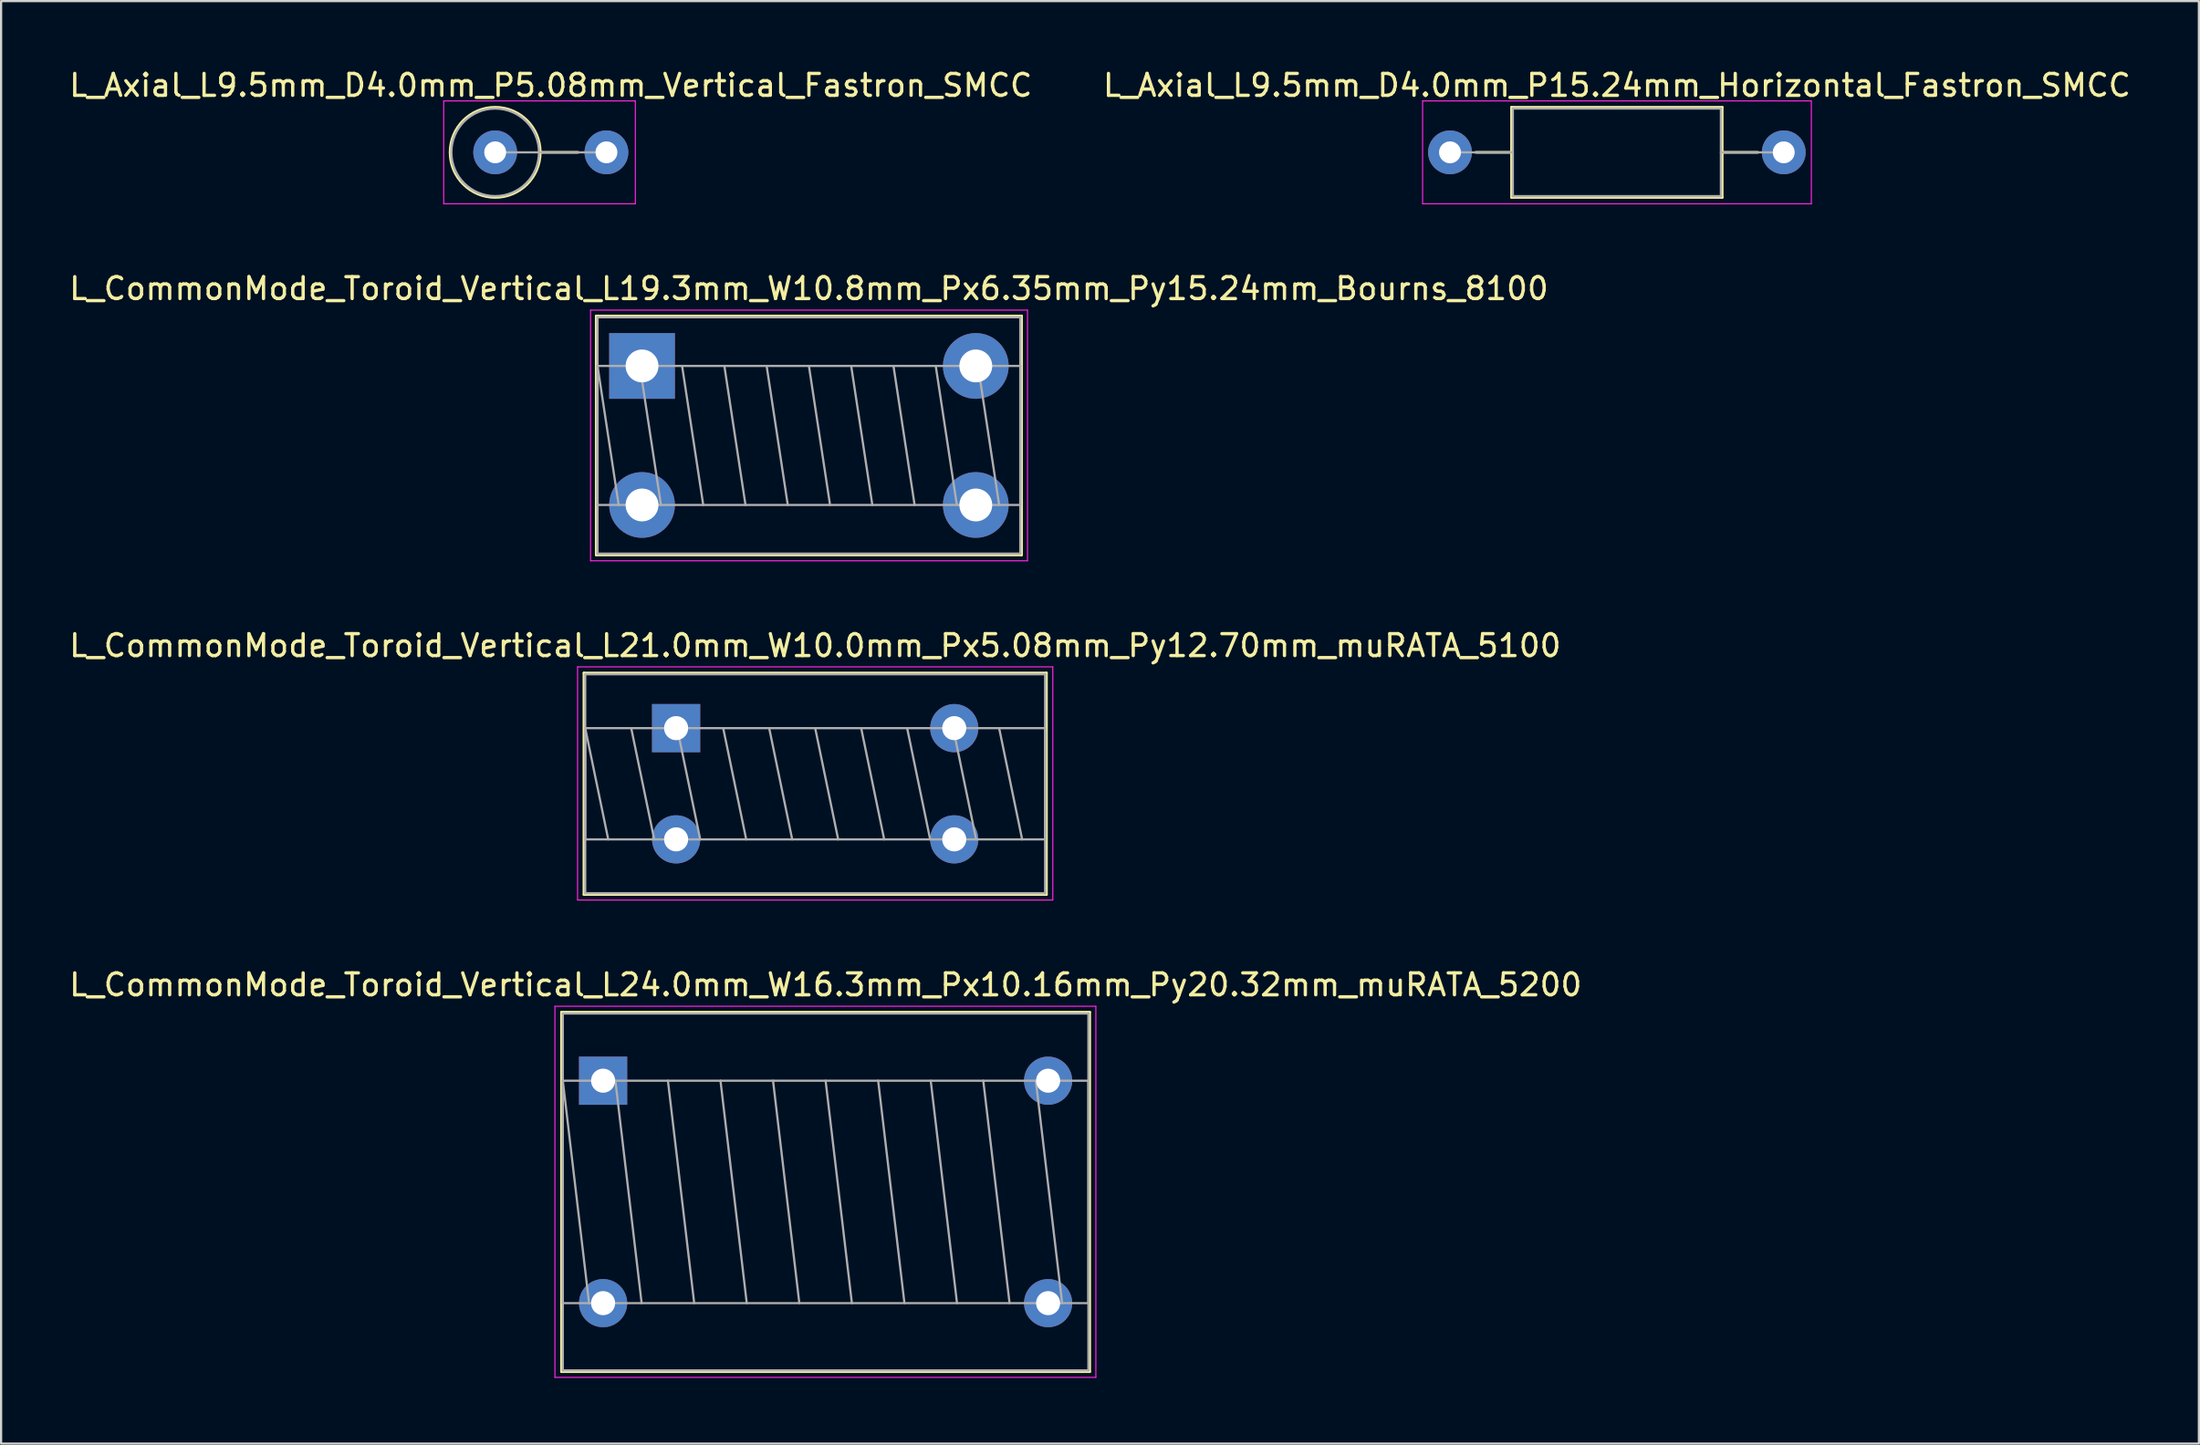
<source format=kicad_pcb>
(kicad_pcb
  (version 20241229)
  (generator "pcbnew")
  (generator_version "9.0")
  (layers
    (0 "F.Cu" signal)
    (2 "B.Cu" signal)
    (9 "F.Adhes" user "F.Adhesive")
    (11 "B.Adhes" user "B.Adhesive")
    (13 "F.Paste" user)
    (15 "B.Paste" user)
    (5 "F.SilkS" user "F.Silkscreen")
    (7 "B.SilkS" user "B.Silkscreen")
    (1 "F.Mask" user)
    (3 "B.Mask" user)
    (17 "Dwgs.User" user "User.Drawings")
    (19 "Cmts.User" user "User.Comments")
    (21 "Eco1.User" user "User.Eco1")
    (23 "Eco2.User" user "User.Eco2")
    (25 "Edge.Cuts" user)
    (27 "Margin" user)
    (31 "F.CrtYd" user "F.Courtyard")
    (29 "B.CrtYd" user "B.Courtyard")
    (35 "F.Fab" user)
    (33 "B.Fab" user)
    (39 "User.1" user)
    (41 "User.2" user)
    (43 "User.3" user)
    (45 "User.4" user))
  (footprint "L_Axial_L9.5mm_D4.0mm_P15.24mm_Horizontal_Fastron_SMCC"
    (layer "F.Cu")
    (at 63.16 3.908)
    (property "Reference" "L_Axial_L9.5mm_D4.0mm_P15.24mm_Horizontal_Fastron_SMCC" (at 7.62 -3.06 0) (layer "F.SilkS") (effects (font (size 1 1) (thickness 0.15))))
    (attr through_hole)
    (fp_line (start 1.18 0) (end 2.81 0) (stroke (width 0.12) (type solid)) (layer "F.SilkS"))
    (fp_line (start 2.81 -2.06) (end 2.81 2.06) (stroke (width 0.12) (type solid)) (layer "F.SilkS"))
    (fp_line (start 2.81 2.06) (end 12.43 2.06) (stroke (width 0.12) (type solid)) (layer "F.SilkS"))
    (fp_line (start 12.43 -2.06) (end 2.81 -2.06) (stroke (width 0.12) (type solid)) (layer "F.SilkS"))
    (fp_line (start 12.43 2.06) (end 12.43 -2.06) (stroke (width 0.12) (type solid)) (layer "F.SilkS"))
    (fp_line (start 14.06 0) (end 12.43 0) (stroke (width 0.12) (type solid)) (layer "F.SilkS"))
    (fp_line (start -1.25 -2.35) (end -1.25 2.35) (stroke (width 0.05) (type solid)) (layer "F.CrtYd"))
    (fp_line (start -1.25 2.35) (end 16.5 2.35) (stroke (width 0.05) (type solid)) (layer "F.CrtYd"))
    (fp_line (start 16.5 -2.35) (end -1.25 -2.35) (stroke (width 0.05) (type solid)) (layer "F.CrtYd"))
    (fp_line (start 16.5 2.35) (end 16.5 -2.35) (stroke (width 0.05) (type solid)) (layer "F.CrtYd"))
    (fp_line (start 0 0) (end 2.87 0) (stroke (width 0.1) (type solid)) (layer "F.Fab"))
    (fp_line (start 2.87 -2) (end 2.87 2) (stroke (width 0.1) (type solid)) (layer "F.Fab"))
    (fp_line (start 2.87 2) (end 12.37 2) (stroke (width 0.1) (type solid)) (layer "F.Fab"))
    (fp_line (start 12.37 -2) (end 2.87 -2) (stroke (width 0.1) (type solid)) (layer "F.Fab"))
    (fp_line (start 12.37 2) (end 12.37 -2) (stroke (width 0.1) (type solid)) (layer "F.Fab"))
    (fp_line (start 15.24 0) (end 12.37 0) (stroke (width 0.1) (type solid)) (layer "F.Fab"))
    (pad "1" thru_hole circle (at 0 0) (size 2 2) (drill 1) (layers "*.Cu" "*.Mask"))
    (pad "2" thru_hole oval (at 15.24 0) (size 2 2) (drill 1) (layers "*.Cu" "*.Mask")))
  (footprint "L_CommonMode_Toroid_Vertical_L21.0mm_W10.0mm_Px5.08mm_Py12.70mm_muRATA_5100"
    (layer "F.Cu")
    (at 27.823 30.207)
    (property "Reference" "L_CommonMode_Toroid_Vertical_L21.0mm_W10.0mm_Px5.08mm_Py12.70mm_muRATA_5100" (at 6.35 -3.77 0) (layer "F.SilkS") (effects (font (size 1 1) (thickness 0.15))))
    (attr through_hole)
    (fp_line (start -4.21 -2.52) (end -4.21 7.6) (stroke (width 0.12) (type solid)) (layer "F.SilkS"))
    (fp_line (start -4.21 -2.52) (end 16.91 -2.52) (stroke (width 0.12) (type solid)) (layer "F.SilkS"))
    (fp_line (start -4.21 7.6) (end 16.91 7.6) (stroke (width 0.12) (type solid)) (layer "F.SilkS"))
    (fp_line (start 16.91 -2.52) (end 16.91 7.6) (stroke (width 0.12) (type solid)) (layer "F.SilkS"))
    (fp_line (start -4.5 -2.8) (end -4.5 7.85) (stroke (width 0.05) (type solid)) (layer "F.CrtYd"))
    (fp_line (start -4.5 7.85) (end 17.2 7.85) (stroke (width 0.05) (type solid)) (layer "F.CrtYd"))
    (fp_line (start 17.2 -2.8) (end -4.5 -2.8) (stroke (width 0.05) (type solid)) (layer "F.CrtYd"))
    (fp_line (start 17.2 7.85) (end 17.2 -2.8) (stroke (width 0.05) (type solid)) (layer "F.CrtYd"))
    (fp_line (start -4.15 -2.46) (end -4.15 7.54) (stroke (width 0.1) (type solid)) (layer "F.Fab"))
    (fp_line (start -4.15 0) (end -4.15 5.08) (stroke (width 0.1) (type solid)) (layer "F.Fab"))
    (fp_line (start -4.15 0) (end -3.1 5.08) (stroke (width 0.1) (type solid)) (layer "F.Fab"))
    (fp_line (start -4.15 5.08) (end 16.85 5.08) (stroke (width 0.1) (type solid)) (layer "F.Fab"))
    (fp_line (start -4.15 7.54) (end 16.85 7.54) (stroke (width 0.1) (type solid)) (layer "F.Fab"))
    (fp_line (start -2.05 0) (end -1 5.08) (stroke (width 0.1) (type solid)) (layer "F.Fab"))
    (fp_line (start 0.05 0) (end 1.1 5.08) (stroke (width 0.1) (type solid)) (layer "F.Fab"))
    (fp_line (start 2.15 0) (end 3.2 5.08) (stroke (width 0.1) (type solid)) (layer "F.Fab"))
    (fp_line (start 4.25 0) (end 5.3 5.08) (stroke (width 0.1) (type solid)) (layer "F.Fab"))
    (fp_line (start 6.35 0) (end 7.4 5.08) (stroke (width 0.1) (type solid)) (layer "F.Fab"))
    (fp_line (start 8.45 0) (end 9.5 5.08) (stroke (width 0.1) (type solid)) (layer "F.Fab"))
    (fp_line (start 10.55 0) (end 11.6 5.08) (stroke (width 0.1) (type solid)) (layer "F.Fab"))
    (fp_line (start 12.65 0) (end 13.7 5.08) (stroke (width 0.1) (type solid)) (layer "F.Fab"))
    (fp_line (start 14.75 0) (end 15.8 5.08) (stroke (width 0.1) (type solid)) (layer "F.Fab"))
    (fp_line (start 16.85 -2.46) (end -4.15 -2.46) (stroke (width 0.1) (type solid)) (layer "F.Fab"))
    (fp_line (start 16.85 0) (end -4.15 0) (stroke (width 0.1) (type solid)) (layer "F.Fab"))
    (fp_line (start 16.85 5.08) (end 16.85 0) (stroke (width 0.1) (type solid)) (layer "F.Fab"))
    (fp_line (start 16.85 7.54) (end 16.85 -2.46) (stroke (width 0.1) (type solid)) (layer "F.Fab"))
    (pad "1" thru_hole rect (at 0 0) (size 2.2 2.2) (drill 1.1) (layers "*.Cu" "*.Mask"))
    (pad "2" thru_hole circle (at 0 5.08) (size 2.2 2.2) (drill 1.1) (layers "*.Cu" "*.Mask"))
    (pad "3" thru_hole circle (at 12.7 5.08) (size 2.2 2.2) (drill 1.1) (layers "*.Cu" "*.Mask"))
    (pad "4" thru_hole circle (at 12.7 0) (size 2.2 2.2) (drill 1.1) (layers "*.Cu" "*.Mask")))
  (footprint "L_Axial_L9.5mm_D4.0mm_P5.08mm_Vertical_Fastron_SMCC"
    (layer "F.Cu")
    (at 19.561 3.908)
    (property "Reference" "L_Axial_L9.5mm_D4.0mm_P5.08mm_Vertical_Fastron_SMCC" (at 2.54 -3.06 0) (layer "F.SilkS") (effects (font (size 1 1) (thickness 0.15))))
    (attr through_hole)
    (fp_line (start 2.06 0) (end 3.78 0) (stroke (width 0.12) (type solid)) (layer "F.SilkS"))
    (fp_circle (center 0 0) (end 2.06 0) (stroke (width 0.12) (type solid)) (fill no) (layer "F.SilkS"))
    (fp_line (start -2.35 -2.35) (end -2.35 2.35) (stroke (width 0.05) (type solid)) (layer "F.CrtYd"))
    (fp_line (start -2.35 2.35) (end 6.4 2.35) (stroke (width 0.05) (type solid)) (layer "F.CrtYd"))
    (fp_line (start 6.4 -2.35) (end -2.35 -2.35) (stroke (width 0.05) (type solid)) (layer "F.CrtYd"))
    (fp_line (start 6.4 2.35) (end 6.4 -2.35) (stroke (width 0.05) (type solid)) (layer "F.CrtYd"))
    (fp_line (start 0 0) (end 5.08 0) (stroke (width 0.1) (type solid)) (layer "F.Fab"))
    (fp_circle (center 0 0) (end 2 0) (stroke (width 0.1) (type solid)) (fill no) (layer "F.Fab"))
    (pad "1" thru_hole circle (at 0 0) (size 2 2) (drill 1) (layers "*.Cu" "*.Mask"))
    (pad "2" thru_hole oval (at 5.08 0) (size 2 2) (drill 1) (layers "*.Cu" "*.Mask")))
  (footprint "L_CommonMode_Toroid_Vertical_L19.3mm_W10.8mm_Px6.35mm_Py15.24mm_Bourns_8100"
    (layer "F.Cu")
    (at 26.267 13.664)
    (property "Reference" "L_CommonMode_Toroid_Vertical_L19.3mm_W10.8mm_Px6.35mm_Py15.24mm_Bourns_8100" (at 7.62 -3.533 0) (layer "F.SilkS") (effects (font (size 1 1) (thickness 0.15))))
    (attr through_hole)
    (fp_line (start -2.092 -2.283) (end -2.092 8.633) (stroke (width 0.12) (type solid)) (layer "F.SilkS"))
    (fp_line (start -2.092 -2.283) (end 17.332 -2.283) (stroke (width 0.12) (type solid)) (layer "F.SilkS"))
    (fp_line (start -2.092 8.633) (end 17.332 8.633) (stroke (width 0.12) (type solid)) (layer "F.SilkS"))
    (fp_line (start 17.332 -2.283) (end 17.332 8.633) (stroke (width 0.12) (type solid)) (layer "F.SilkS"))
    (fp_line (start -2.35 -2.55) (end -2.35 8.9) (stroke (width 0.05) (type solid)) (layer "F.CrtYd"))
    (fp_line (start -2.35 8.9) (end 17.6 8.9) (stroke (width 0.05) (type solid)) (layer "F.CrtYd"))
    (fp_line (start 17.6 -2.55) (end -2.35 -2.55) (stroke (width 0.05) (type solid)) (layer "F.CrtYd"))
    (fp_line (start 17.6 8.9) (end 17.6 -2.55) (stroke (width 0.05) (type solid)) (layer "F.CrtYd"))
    (fp_line (start -2.032 -2.223) (end -2.032 8.572) (stroke (width 0.1) (type solid)) (layer "F.Fab"))
    (fp_line (start -2.032 0) (end -2.032 6.35) (stroke (width 0.1) (type solid)) (layer "F.Fab"))
    (fp_line (start -2.032 0) (end -1.067 6.35) (stroke (width 0.1) (type solid)) (layer "F.Fab"))
    (fp_line (start -2.032 6.35) (end 17.272 6.35) (stroke (width 0.1) (type solid)) (layer "F.Fab"))
    (fp_line (start -2.032 8.572) (end 17.272 8.572) (stroke (width 0.1) (type solid)) (layer "F.Fab"))
    (fp_line (start -0.102 0) (end 0.864 6.35) (stroke (width 0.1) (type solid)) (layer "F.Fab"))
    (fp_line (start 1.829 0) (end 2.794 6.35) (stroke (width 0.1) (type solid)) (layer "F.Fab"))
    (fp_line (start 3.759 0) (end 4.724 6.35) (stroke (width 0.1) (type solid)) (layer "F.Fab"))
    (fp_line (start 5.69 0) (end 6.655 6.35) (stroke (width 0.1) (type solid)) (layer "F.Fab"))
    (fp_line (start 7.62 0) (end 8.585 6.35) (stroke (width 0.1) (type solid)) (layer "F.Fab"))
    (fp_line (start 9.55 0) (end 10.516 6.35) (stroke (width 0.1) (type solid)) (layer "F.Fab"))
    (fp_line (start 11.481 0) (end 12.446 6.35) (stroke (width 0.1) (type solid)) (layer "F.Fab"))
    (fp_line (start 13.411 0) (end 14.376 6.35) (stroke (width 0.1) (type solid)) (layer "F.Fab"))
    (fp_line (start 15.342 0) (end 16.307 6.35) (stroke (width 0.1) (type solid)) (layer "F.Fab"))
    (fp_line (start 17.272 -2.223) (end -2.032 -2.223) (stroke (width 0.1) (type solid)) (layer "F.Fab"))
    (fp_line (start 17.272 0) (end -2.032 0) (stroke (width 0.1) (type solid)) (layer "F.Fab"))
    (fp_line (start 17.272 6.35) (end 17.272 0) (stroke (width 0.1) (type solid)) (layer "F.Fab"))
    (fp_line (start 17.272 8.572) (end 17.272 -2.223) (stroke (width 0.1) (type solid)) (layer "F.Fab"))
    (pad "1" thru_hole rect (at 0 0) (size 3 3) (drill 1.5) (layers "*.Cu" "*.Mask"))
    (pad "2" thru_hole circle (at 0 6.35) (size 3 3) (drill 1.5) (layers "*.Cu" "*.Mask"))
    (pad "3" thru_hole circle (at 15.24 6.35) (size 3 3) (drill 1.5) (layers "*.Cu" "*.Mask"))
    (pad "4" thru_hole circle (at 15.24 0) (size 3 3) (drill 1.5) (layers "*.Cu" "*.Mask")))
  (footprint "L_CommonMode_Toroid_Vertical_L24.0mm_W16.3mm_Px10.16mm_Py20.32mm_muRATA_5200"
    (layer "F.Cu")
    (at 24.489 46.31)
    (property "Reference" "L_CommonMode_Toroid_Vertical_L24.0mm_W16.3mm_Px10.16mm_Py20.32mm_muRATA_5200" (at 10.16 -4.38 0) (layer "F.SilkS") (effects (font (size 1 1) (thickness 0.15))))
    (attr through_hole)
    (fp_line (start -1.9 -3.13) (end -1.9 13.29) (stroke (width 0.12) (type solid)) (layer "F.SilkS"))
    (fp_line (start -1.9 -3.13) (end 22.22 -3.13) (stroke (width 0.12) (type solid)) (layer "F.SilkS"))
    (fp_line (start -1.9 13.29) (end 22.22 13.29) (stroke (width 0.12) (type solid)) (layer "F.SilkS"))
    (fp_line (start 22.22 -3.13) (end 22.22 13.29) (stroke (width 0.12) (type solid)) (layer "F.SilkS"))
    (fp_line (start -2.2 -3.4) (end -2.2 13.55) (stroke (width 0.05) (type solid)) (layer "F.CrtYd"))
    (fp_line (start -2.2 13.55) (end 22.5 13.55) (stroke (width 0.05) (type solid)) (layer "F.CrtYd"))
    (fp_line (start 22.5 -3.4) (end -2.2 -3.4) (stroke (width 0.05) (type solid)) (layer "F.CrtYd"))
    (fp_line (start 22.5 13.55) (end 22.5 -3.4) (stroke (width 0.05) (type solid)) (layer "F.CrtYd"))
    (fp_line (start -1.84 -3.07) (end -1.84 13.23) (stroke (width 0.1) (type solid)) (layer "F.Fab"))
    (fp_line (start -1.84 0) (end -1.84 10.16) (stroke (width 0.1) (type solid)) (layer "F.Fab"))
    (fp_line (start -1.84 0) (end -0.64 10.16) (stroke (width 0.1) (type solid)) (layer "F.Fab"))
    (fp_line (start -1.84 10.16) (end 22.16 10.16) (stroke (width 0.1) (type solid)) (layer "F.Fab"))
    (fp_line (start -1.84 13.23) (end 22.16 13.23) (stroke (width 0.1) (type solid)) (layer "F.Fab"))
    (fp_line (start 0.56 0) (end 1.76 10.16) (stroke (width 0.1) (type solid)) (layer "F.Fab"))
    (fp_line (start 2.96 0) (end 4.16 10.16) (stroke (width 0.1) (type solid)) (layer "F.Fab"))
    (fp_line (start 5.36 0) (end 6.56 10.16) (stroke (width 0.1) (type solid)) (layer "F.Fab"))
    (fp_line (start 7.76 0) (end 8.96 10.16) (stroke (width 0.1) (type solid)) (layer "F.Fab"))
    (fp_line (start 10.16 0) (end 11.36 10.16) (stroke (width 0.1) (type solid)) (layer "F.Fab"))
    (fp_line (start 12.56 0) (end 13.76 10.16) (stroke (width 0.1) (type solid)) (layer "F.Fab"))
    (fp_line (start 14.96 0) (end 16.16 10.16) (stroke (width 0.1) (type solid)) (layer "F.Fab"))
    (fp_line (start 17.36 0) (end 18.56 10.16) (stroke (width 0.1) (type solid)) (layer "F.Fab"))
    (fp_line (start 19.76 0) (end 20.96 10.16) (stroke (width 0.1) (type solid)) (layer "F.Fab"))
    (fp_line (start 22.16 -3.07) (end -1.84 -3.07) (stroke (width 0.1) (type solid)) (layer "F.Fab"))
    (fp_line (start 22.16 0) (end -1.84 0) (stroke (width 0.1) (type solid)) (layer "F.Fab"))
    (fp_line (start 22.16 10.16) (end 22.16 0) (stroke (width 0.1) (type solid)) (layer "F.Fab"))
    (fp_line (start 22.16 13.23) (end 22.16 -3.07) (stroke (width 0.1) (type solid)) (layer "F.Fab"))
    (pad "1" thru_hole rect (at 0 0) (size 2.2 2.2) (drill 1.1) (layers "*.Cu" "*.Mask"))
    (pad "2" thru_hole circle (at 0 10.16) (size 2.2 2.2) (drill 1.1) (layers "*.Cu" "*.Mask"))
    (pad "3" thru_hole circle (at 20.32 10.16) (size 2.2 2.2) (drill 1.1) (layers "*.Cu" "*.Mask"))
    (pad "4" thru_hole circle (at 20.32 0) (size 2.2 2.2) (drill 1.1) (layers "*.Cu" "*.Mask")))
  (gr_rect
    (start -3 -3)
    (end 97.357 62.886)
    (stroke (width 0.1) (type default))
    (fill no)
    (layer "Edge.Cuts")))
</source>
